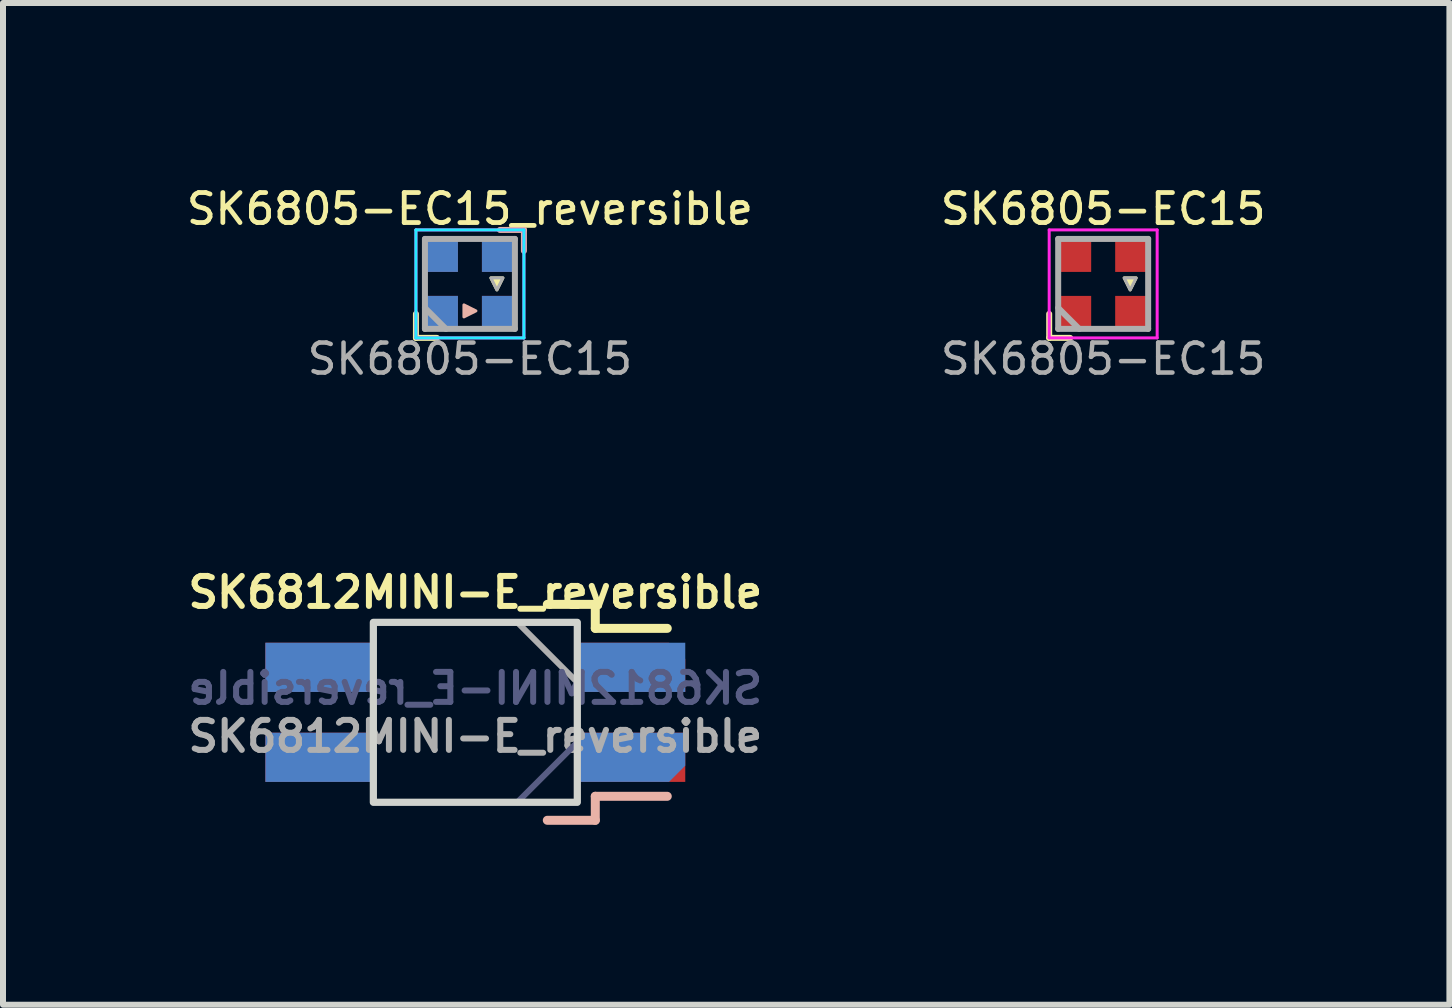
<source format=kicad_pcb>
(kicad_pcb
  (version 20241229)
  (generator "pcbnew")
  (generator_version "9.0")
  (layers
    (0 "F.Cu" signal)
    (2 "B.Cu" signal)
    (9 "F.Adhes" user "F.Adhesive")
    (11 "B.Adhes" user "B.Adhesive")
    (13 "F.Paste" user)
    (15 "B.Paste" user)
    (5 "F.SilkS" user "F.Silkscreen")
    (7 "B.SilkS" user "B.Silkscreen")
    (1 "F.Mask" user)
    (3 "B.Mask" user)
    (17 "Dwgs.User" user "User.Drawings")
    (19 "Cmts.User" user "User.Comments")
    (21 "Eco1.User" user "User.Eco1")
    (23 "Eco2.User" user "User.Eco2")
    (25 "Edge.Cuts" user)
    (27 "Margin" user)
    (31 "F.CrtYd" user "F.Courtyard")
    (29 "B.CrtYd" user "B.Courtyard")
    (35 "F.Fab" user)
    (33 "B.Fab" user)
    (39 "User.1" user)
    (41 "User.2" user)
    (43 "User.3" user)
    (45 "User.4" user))
  (footprint "SK6812MINI-E_reversible"
    (layer "F.Cu")
    (at 4.874 8.825)
    (property "Reference" "SK6812MINI-E_reversible" (at 0 -2 0) (unlocked yes) (layer "F.SilkS") (effects (font (size 0.5 0.5) (thickness 0.1))))
    (attr smd)
    (fp_line (start 1.2 -1.8) (end 2 -1.8) (stroke (width 0.15) (type solid)) (layer "F.SilkS"))
    (fp_line (start 2 -1.8) (end 2 -1.4) (stroke (width 0.15) (type solid)) (layer "F.SilkS"))
    (fp_line (start 2 -1.4) (end 3.2 -1.4) (stroke (width 0.15) (type solid)) (layer "F.SilkS"))
    (fp_line (start 1.2 1.8) (end 2 1.8) (stroke (width 0.15) (type solid)) (layer "B.SilkS"))
    (fp_line (start 2 1.4) (end 3.2 1.4) (stroke (width 0.15) (type solid)) (layer "B.SilkS"))
    (fp_line (start 2 1.8) (end 2 1.4) (stroke (width 0.15) (type solid)) (layer "B.SilkS"))
    (fp_rect (start 1.7 -1.5) (end -1.7 1.5) (stroke (width 0.12) (type solid)) (fill no) (layer "Edge.Cuts"))
    (fp_line (start 1.7 0.5) (end 0.7 1.5) (stroke (width 0.1) (type solid)) (layer "B.Fab"))
    (fp_rect (start -1.7 -1.5) (end 1.7 1.5) (stroke (width 0.1) (type solid)) (fill no) (layer "B.Fab"))
    (fp_line (start 1.7 -0.5) (end 0.7 -1.5) (stroke (width 0.1) (type solid)) (layer "F.Fab"))
    (fp_rect (start -1.7 1.5) (end 1.7 -1.5) (stroke (width 0.1) (type solid)) (fill no) (layer "F.Fab"))
    (fp_text user "${REFERENCE}" (at 0 -0.4 0) (unlocked yes) (layer "B.Fab") (effects (font (size 0.5 0.5) (thickness 0.1)) (justify mirror)))
    (fp_text user "${REFERENCE}" (at 0 0.4 0) (unlocked yes) (layer "F.Fab") (effects (font (size 0.5 0.5) (thickness 0.1))))
    (pad "1" smd rect (at -2.6 -0.75) (size 1.8 0.82) (layers "B.Cu" "B.Mask" "B.Paste"))
    (pad "1" smd rect (at -2.6 0.75 180) (size 1.8 0.82) (layers "F.Cu" "F.Mask" "F.Paste"))
    (pad "2" smd rect (at -2.6 -0.75 180) (size 1.8 0.82) (layers "F.Cu" "F.Mask" "F.Paste"))
    (pad "2" smd rect (at -2.6 0.75) (size 1.8 0.82) (layers "B.Cu" "B.Mask" "B.Paste"))
    (pad "3" smd roundrect (at 2.6 -0.75 180) (size 1.8 0.82) (layers "F.Cu" "F.Mask" "F.Paste") (roundrect_rratio 0) (chamfer_ratio 0.33) (chamfer bottom_left))
    (pad "3" smd roundrect (at 2.6 0.75) (size 1.8 0.82) (layers "B.Cu" "B.Mask" "B.Paste") (roundrect_rratio 0) (chamfer_ratio 0.33) (chamfer bottom_right))
    (pad "4" smd rect (at 2.6 -0.75) (size 1.8 0.82) (layers "B.Cu" "B.Mask" "B.Paste"))
    (pad "4" smd rect (at 2.6 0.75 180) (size 1.8 0.82) (layers "F.Cu" "F.Mask" "F.Paste")))
  (footprint "SK6805-EC15"
    (layer "F.Cu")
    (at 15.341 1.683)
    (property "Reference" "SK6805-EC15" (at 0 -1.25 0) (layer "F.SilkS") (effects (font (size 0.5 0.5) (thickness 0.08))))
    (attr smd)
    (fp_line (start -0.9 0.5) (end -0.9 0.9) (stroke (width 0.1) (type solid)) (layer "F.SilkS"))
    (fp_line (start -0.9 0.9) (end -0.55 0.9) (stroke (width 0.1) (type solid)) (layer "F.SilkS"))
    (fp_poly (pts (xy 0.45 0.1) (xy 0.35 -0.1) (xy 0.55 -0.1)) (stroke (width 0.05) (type solid)) (fill yes) (layer "F.SilkS"))
    (fp_line (start -0.9 -0.9) (end 0.9 -0.9) (stroke (width 0.05) (type solid)) (layer "F.CrtYd"))
    (fp_line (start -0.9 0.9) (end -0.9 -0.9) (stroke (width 0.05) (type solid)) (layer "F.CrtYd"))
    (fp_line (start 0.9 -0.9) (end 0.9 0.9) (stroke (width 0.05) (type solid)) (layer "F.CrtYd"))
    (fp_line (start 0.9 0.9) (end -0.9 0.9) (stroke (width 0.05) (type solid)) (layer "F.CrtYd"))
    (fp_line (start -0.75 -0.75) (end 0.75 -0.75) (stroke (width 0.1) (type solid)) (layer "F.Fab"))
    (fp_line (start -0.75 0.4) (end -0.4 0.75) (stroke (width 0.1) (type solid)) (layer "F.Fab"))
    (fp_line (start -0.75 0.75) (end -0.75 -0.75) (stroke (width 0.1) (type solid)) (layer "F.Fab"))
    (fp_line (start 0.75 -0.75) (end 0.75 0.75) (stroke (width 0.1) (type solid)) (layer "F.Fab"))
    (fp_line (start 0.75 0.75) (end -0.75 0.75) (stroke (width 0.1) (type solid)) (layer "F.Fab"))
    (fp_poly (pts (xy 0.45 0.1) (xy 0.35 -0.1) (xy 0.55 -0.1)) (stroke (width 0.05) (type solid)) (fill no) (layer "F.Fab"))
    (fp_text user "SK6805-EC15" (at 0 1.25 0) (layer "F.Fab") (effects (font (size 0.5 0.5) (thickness 0.075))))
    (pad "1" smd rect (at -0.475 0.475 180) (size 0.55 0.55) (layers "F.Cu" "F.Mask" "F.Paste"))
    (pad "2" smd rect (at 0.475 0.475 180) (size 0.55 0.55) (layers "F.Cu" "F.Mask" "F.Paste"))
    (pad "3" smd rect (at 0.475 -0.475 180) (size 0.55 0.55) (layers "F.Cu" "F.Mask" "F.Paste"))
    (pad "4" smd rect (at -0.475 -0.475 180) (size 0.55 0.55) (layers "F.Cu" "F.Mask" "F.Paste")))
  (footprint "SK6805-EC15_reversible"
    (layer "F.Cu")
    (at 4.784 1.683)
    (property "Reference" "SK6805-EC15_reversible" (at 0 -1.25 0) (layer "F.SilkS") (effects (font (size 0.5 0.5) (thickness 0.08))))
    (attr smd)
    (fp_line (start -0.9 0.5) (end -0.9 0.9) (stroke (width 0.1) (type solid)) (layer "F.SilkS"))
    (fp_line (start -0.9 0.9) (end -0.55 0.9) (stroke (width 0.1) (type solid)) (layer "F.SilkS"))
    (fp_poly (pts (xy 0.45 0.1) (xy 0.35 -0.1) (xy 0.55 -0.1)) (stroke (width 0.05) (type solid)) (fill yes) (layer "F.SilkS"))
    (fp_line (start 0.5 -0.9) (end 0.9 -0.9) (stroke (width 0.1) (type solid)) (layer "B.SilkS"))
    (fp_line (start 0.9 -0.9) (end 0.9 -0.55) (stroke (width 0.1) (type solid)) (layer "B.SilkS"))
    (fp_poly (pts (xy 0.1 0.45) (xy -0.1 0.35) (xy -0.1 0.55)) (stroke (width 0.05) (type solid)) (fill yes) (layer "B.SilkS"))
    (fp_line (start -0.9 -0.9) (end -0.9 0.9) (stroke (width 0.05) (type solid)) (layer "B.CrtYd"))
    (fp_line (start -0.9 0.9) (end 0.9 0.9) (stroke (width 0.05) (type solid)) (layer "B.CrtYd"))
    (fp_line (start 0.9 -0.9) (end -0.9 -0.9) (stroke (width 0.05) (type solid)) (layer "B.CrtYd"))
    (fp_line (start 0.9 0.9) (end 0.9 -0.9) (stroke (width 0.05) (type solid)) (layer "B.CrtYd"))
    (fp_line (start -0.9 -0.9) (end 0.9 -0.9) (stroke (width 0.05) (type solid)) (layer "F.CrtYd"))
    (fp_line (start -0.9 0.9) (end -0.9 -0.9) (stroke (width 0.05) (type solid)) (layer "F.CrtYd"))
    (fp_line (start 0.9 -0.9) (end 0.9 0.9) (stroke (width 0.05) (type solid)) (layer "F.CrtYd"))
    (fp_line (start 0.9 0.9) (end -0.9 0.9) (stroke (width 0.05) (type solid)) (layer "F.CrtYd"))
    (fp_line (start -0.75 -0.75) (end 0.75 -0.75) (stroke (width 0.1) (type solid)) (layer "F.Fab"))
    (fp_line (start -0.75 0.4) (end -0.4 0.75) (stroke (width 0.1) (type solid)) (layer "F.Fab"))
    (fp_line (start -0.75 0.75) (end -0.75 -0.75) (stroke (width 0.1) (type solid)) (layer "F.Fab"))
    (fp_line (start 0.75 -0.75) (end 0.75 0.75) (stroke (width 0.1) (type solid)) (layer "F.Fab"))
    (fp_line (start 0.75 0.75) (end -0.75 0.75) (stroke (width 0.1) (type solid)) (layer "F.Fab"))
    (fp_poly (pts (xy 0.45 0.1) (xy 0.35 -0.1) (xy 0.55 -0.1)) (stroke (width 0.05) (type solid)) (fill no) (layer "F.Fab"))
    (fp_text user "SK6805-EC15" (at 0 1.25 0) (layer "F.Fab") (effects (font (size 0.5 0.5) (thickness 0.075))))
    (pad "1" smd rect (at -0.475 0.475 180) (size 0.55 0.55) (layers "F.Cu" "F.Mask" "F.Paste"))
    (pad "1" smd rect (at 0.475 -0.475 270) (size 0.55 0.55) (layers "B.Cu" "B.Mask" "B.Paste"))
    (pad "2" smd rect (at 0.475 0.475 180) (size 0.55 0.55) (layers "F.Cu" "F.Mask" "F.Paste"))
    (pad "2" smd rect (at 0.475 0.475 270) (size 0.55 0.55) (layers "B.Cu" "B.Mask" "B.Paste"))
    (pad "3" smd rect (at -0.475 0.475 270) (size 0.55 0.55) (layers "B.Cu" "B.Mask" "B.Paste"))
    (pad "3" smd rect (at 0.475 -0.475 180) (size 0.55 0.55) (layers "F.Cu" "F.Mask" "F.Paste"))
    (pad "4" smd rect (at -0.475 -0.475 180) (size 0.55 0.55) (layers "F.Cu" "F.Mask" "F.Paste"))
    (pad "4" smd rect (at -0.475 -0.475 270) (size 0.55 0.55) (layers "B.Cu" "B.Mask" "B.Paste")))
  (gr_rect
    (start -3 -3)
    (end 21.113 13.7)
    (stroke (width 0.1) (type default))
    (fill no)
    (layer "Edge.Cuts")))
</source>
